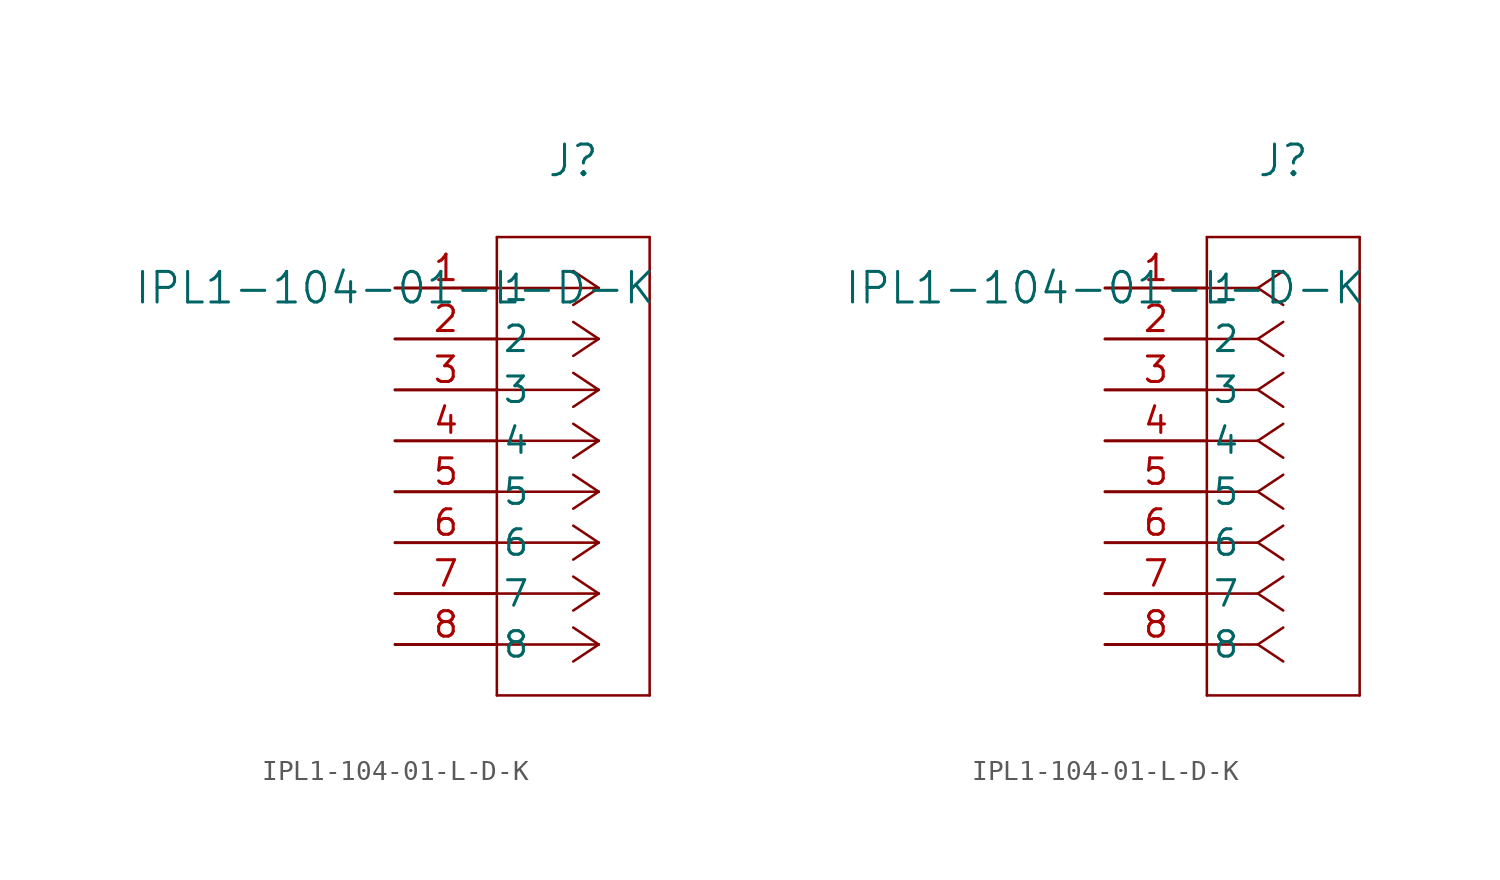
<source format=kicad_sym>
(kicad_symbol_lib
  (version 20211014)
  (generator kicad_symbol_editor)
  (symbol "IPL1-104-01-L-D-K"
    (pin_names
      (offset 0.254))
    (property "Reference" "J"
      (at 8.89 6.35 0)
      (effects (font (size 1.524 1.524))))
    (property "Value" "IPL1-104-01-L-D-K"
      (at 0 0 0)
      (effects (font (size 1.524 1.524))))
    (symbol "IPL1-104-01-L-D-K_1_1"
      (polyline (pts (xy 10.16 0) (xy 5.08 0)) (stroke (width 0.127) (type default) (color 0 0 0 0)) (fill (type none)))
      (polyline (pts (xy 10.16 -2.54) (xy 5.08 -2.54)) (stroke (width 0.127) (type default) (color 0 0 0 0)) (fill (type none)))
      (polyline (pts (xy 10.16 -5.08) (xy 5.08 -5.08)) (stroke (width 0.127) (type default) (color 0 0 0 0)) (fill (type none)))
      (polyline (pts (xy 10.16 -7.62) (xy 5.08 -7.62)) (stroke (width 0.127) (type default) (color 0 0 0 0)) (fill (type none)))
      (polyline (pts (xy 10.16 -10.16) (xy 5.08 -10.16)) (stroke (width 0.127) (type default) (color 0 0 0 0)) (fill (type none)))
      (polyline (pts (xy 10.16 -12.7) (xy 5.08 -12.7)) (stroke (width 0.127) (type default) (color 0 0 0 0)) (fill (type none)))
      (polyline (pts (xy 10.16 -15.24) (xy 5.08 -15.24)) (stroke (width 0.127) (type default) (color 0 0 0 0)) (fill (type none)))
      (polyline (pts (xy 10.16 -17.78) (xy 5.08 -17.78)) (stroke (width 0.127) (type default) (color 0 0 0 0)) (fill (type none)))
      (polyline (pts (xy 10.16 0) (xy 8.89 0.847)) (stroke (width 0.127) (type default) (color 0 0 0 0)) (fill (type none)))
      (polyline (pts (xy 10.16 -2.54) (xy 8.89 -1.693)) (stroke (width 0.127) (type default) (color 0 0 0 0)) (fill (type none)))
      (polyline (pts (xy 10.16 -5.08) (xy 8.89 -4.233)) (stroke (width 0.127) (type default) (color 0 0 0 0)) (fill (type none)))
      (polyline (pts (xy 10.16 -7.62) (xy 8.89 -6.773)) (stroke (width 0.127) (type default) (color 0 0 0 0)) (fill (type none)))
      (polyline (pts (xy 10.16 -10.16) (xy 8.89 -9.313)) (stroke (width 0.127) (type default) (color 0 0 0 0)) (fill (type none)))
      (polyline (pts (xy 10.16 -12.7) (xy 8.89 -11.853)) (stroke (width 0.127) (type default) (color 0 0 0 0)) (fill (type none)))
      (polyline (pts (xy 10.16 -15.24) (xy 8.89 -14.393)) (stroke (width 0.127) (type default) (color 0 0 0 0)) (fill (type none)))
      (polyline (pts (xy 10.16 -17.78) (xy 8.89 -16.933)) (stroke (width 0.127) (type default) (color 0 0 0 0)) (fill (type none)))
      (polyline (pts (xy 10.16 0) (xy 8.89 -0.847)) (stroke (width 0.127) (type default) (color 0 0 0 0)) (fill (type none)))
      (polyline (pts (xy 10.16 -2.54) (xy 8.89 -3.387)) (stroke (width 0.127) (type default) (color 0 0 0 0)) (fill (type none)))
      (polyline (pts (xy 10.16 -5.08) (xy 8.89 -5.927)) (stroke (width 0.127) (type default) (color 0 0 0 0)) (fill (type none)))
      (polyline (pts (xy 10.16 -7.62) (xy 8.89 -8.467)) (stroke (width 0.127) (type default) (color 0 0 0 0)) (fill (type none)))
      (polyline (pts (xy 10.16 -10.16) (xy 8.89 -11.007)) (stroke (width 0.127) (type default) (color 0 0 0 0)) (fill (type none)))
      (polyline (pts (xy 10.16 -12.7) (xy 8.89 -13.547)) (stroke (width 0.127) (type default) (color 0 0 0 0)) (fill (type none)))
      (polyline (pts (xy 10.16 -15.24) (xy 8.89 -16.087)) (stroke (width 0.127) (type default) (color 0 0 0 0)) (fill (type none)))
      (polyline (pts (xy 10.16 -17.78) (xy 8.89 -18.627)) (stroke (width 0.127) (type default) (color 0 0 0 0)) (fill (type none)))
      (polyline (pts (xy 5.08 2.54) (xy 5.08 -20.32)) (stroke (width 0.127) (type default) (color 0 0 0 0)) (fill (type none)))
      (polyline (pts (xy 5.08 -20.32) (xy 12.7 -20.32)) (stroke (width 0.127) (type default) (color 0 0 0 0)) (fill (type none)))
      (polyline (pts (xy 12.7 -20.32) (xy 12.7 2.54)) (stroke (width 0.127) (type default) (color 0 0 0 0)) (fill (type none)))
      (polyline (pts (xy 12.7 2.54) (xy 5.08 2.54)) (stroke (width 0.127) (type default) (color 0 0 0 0)) (fill (type none)))
      (pin unspecified line (at 0 0 0) (length 5.08) (name "1" (effects (font (size 1.27 1.27)))) (number "1" (effects (font (size 1.27 1.27)))))
      (pin unspecified line (at 0 -2.54 0) (length 5.08) (name "2" (effects (font (size 1.27 1.27)))) (number "2" (effects (font (size 1.27 1.27)))))
      (pin unspecified line (at 0 -5.08 0) (length 5.08) (name "3" (effects (font (size 1.27 1.27)))) (number "3" (effects (font (size 1.27 1.27)))))
      (pin unspecified line (at 0 -7.62 0) (length 5.08) (name "4" (effects (font (size 1.27 1.27)))) (number "4" (effects (font (size 1.27 1.27)))))
      (pin unspecified line (at 0 -10.16 0) (length 5.08) (name "5" (effects (font (size 1.27 1.27)))) (number "5" (effects (font (size 1.27 1.27)))))
      (pin unspecified line (at 0 -12.7 0) (length 5.08) (name "6" (effects (font (size 1.27 1.27)))) (number "6" (effects (font (size 1.27 1.27)))))
      (pin unspecified line (at 0 -15.24 0) (length 5.08) (name "7" (effects (font (size 1.27 1.27)))) (number "7" (effects (font (size 1.27 1.27)))))
      (pin unspecified line (at 0 -17.78 0) (length 5.08) (name "8" (effects (font (size 1.27 1.27)))) (number "8" (effects (font (size 1.27 1.27))))))
    (symbol "IPL1-104-01-L-D-K_1_2"
      (polyline (pts (xy 7.62 0) (xy 5.08 0)) (stroke (width 0.127) (type default) (color 0 0 0 0)) (fill (type none)))
      (polyline (pts (xy 7.62 -2.54) (xy 5.08 -2.54)) (stroke (width 0.127) (type default) (color 0 0 0 0)) (fill (type none)))
      (polyline (pts (xy 7.62 -5.08) (xy 5.08 -5.08)) (stroke (width 0.127) (type default) (color 0 0 0 0)) (fill (type none)))
      (polyline (pts (xy 7.62 -7.62) (xy 5.08 -7.62)) (stroke (width 0.127) (type default) (color 0 0 0 0)) (fill (type none)))
      (polyline (pts (xy 7.62 -10.16) (xy 5.08 -10.16)) (stroke (width 0.127) (type default) (color 0 0 0 0)) (fill (type none)))
      (polyline (pts (xy 7.62 -12.7) (xy 5.08 -12.7)) (stroke (width 0.127) (type default) (color 0 0 0 0)) (fill (type none)))
      (polyline (pts (xy 7.62 -15.24) (xy 5.08 -15.24)) (stroke (width 0.127) (type default) (color 0 0 0 0)) (fill (type none)))
      (polyline (pts (xy 7.62 -17.78) (xy 5.08 -17.78)) (stroke (width 0.127) (type default) (color 0 0 0 0)) (fill (type none)))
      (polyline (pts (xy 7.62 0) (xy 8.89 0.847)) (stroke (width 0.127) (type default) (color 0 0 0 0)) (fill (type none)))
      (polyline (pts (xy 7.62 -2.54) (xy 8.89 -1.693)) (stroke (width 0.127) (type default) (color 0 0 0 0)) (fill (type none)))
      (polyline (pts (xy 7.62 -5.08) (xy 8.89 -4.233)) (stroke (width 0.127) (type default) (color 0 0 0 0)) (fill (type none)))
      (polyline (pts (xy 7.62 -7.62) (xy 8.89 -6.773)) (stroke (width 0.127) (type default) (color 0 0 0 0)) (fill (type none)))
      (polyline (pts (xy 7.62 -10.16) (xy 8.89 -9.313)) (stroke (width 0.127) (type default) (color 0 0 0 0)) (fill (type none)))
      (polyline (pts (xy 7.62 -12.7) (xy 8.89 -11.853)) (stroke (width 0.127) (type default) (color 0 0 0 0)) (fill (type none)))
      (polyline (pts (xy 7.62 -15.24) (xy 8.89 -14.393)) (stroke (width 0.127) (type default) (color 0 0 0 0)) (fill (type none)))
      (polyline (pts (xy 7.62 -17.78) (xy 8.89 -16.933)) (stroke (width 0.127) (type default) (color 0 0 0 0)) (fill (type none)))
      (polyline (pts (xy 7.62 0) (xy 8.89 -0.847)) (stroke (width 0.127) (type default) (color 0 0 0 0)) (fill (type none)))
      (polyline (pts (xy 7.62 -2.54) (xy 8.89 -3.387)) (stroke (width 0.127) (type default) (color 0 0 0 0)) (fill (type none)))
      (polyline (pts (xy 7.62 -5.08) (xy 8.89 -5.927)) (stroke (width 0.127) (type default) (color 0 0 0 0)) (fill (type none)))
      (polyline (pts (xy 7.62 -7.62) (xy 8.89 -8.467)) (stroke (width 0.127) (type default) (color 0 0 0 0)) (fill (type none)))
      (polyline (pts (xy 7.62 -10.16) (xy 8.89 -11.007)) (stroke (width 0.127) (type default) (color 0 0 0 0)) (fill (type none)))
      (polyline (pts (xy 7.62 -12.7) (xy 8.89 -13.547)) (stroke (width 0.127) (type default) (color 0 0 0 0)) (fill (type none)))
      (polyline (pts (xy 7.62 -15.24) (xy 8.89 -16.087)) (stroke (width 0.127) (type default) (color 0 0 0 0)) (fill (type none)))
      (polyline (pts (xy 7.62 -17.78) (xy 8.89 -18.627)) (stroke (width 0.127) (type default) (color 0 0 0 0)) (fill (type none)))
      (polyline (pts (xy 5.08 2.54) (xy 5.08 -20.32)) (stroke (width 0.127) (type default) (color 0 0 0 0)) (fill (type none)))
      (polyline (pts (xy 5.08 -20.32) (xy 12.7 -20.32)) (stroke (width 0.127) (type default) (color 0 0 0 0)) (fill (type none)))
      (polyline (pts (xy 12.7 -20.32) (xy 12.7 2.54)) (stroke (width 0.127) (type default) (color 0 0 0 0)) (fill (type none)))
      (polyline (pts (xy 12.7 2.54) (xy 5.08 2.54)) (stroke (width 0.127) (type default) (color 0 0 0 0)) (fill (type none)))
      (pin unspecified line (at 0 0 0) (length 5.08) (name "1" (effects (font (size 1.27 1.27)))) (number "1" (effects (font (size 1.27 1.27)))))
      (pin unspecified line (at 0 -2.54 0) (length 5.08) (name "2" (effects (font (size 1.27 1.27)))) (number "2" (effects (font (size 1.27 1.27)))))
      (pin unspecified line (at 0 -5.08 0) (length 5.08) (name "3" (effects (font (size 1.27 1.27)))) (number "3" (effects (font (size 1.27 1.27)))))
      (pin unspecified line (at 0 -7.62 0) (length 5.08) (name "4" (effects (font (size 1.27 1.27)))) (number "4" (effects (font (size 1.27 1.27)))))
      (pin unspecified line (at 0 -10.16 0) (length 5.08) (name "5" (effects (font (size 1.27 1.27)))) (number "5" (effects (font (size 1.27 1.27)))))
      (pin unspecified line (at 0 -12.7 0) (length 5.08) (name "6" (effects (font (size 1.27 1.27)))) (number "6" (effects (font (size 1.27 1.27)))))
      (pin unspecified line (at 0 -15.24 0) (length 5.08) (name "7" (effects (font (size 1.27 1.27)))) (number "7" (effects (font (size 1.27 1.27)))))
      (pin unspecified line (at 0 -17.78 0) (length 5.08) (name "8" (effects (font (size 1.27 1.27)))) (number "8" (effects (font (size 1.27 1.27))))))))
</source>
